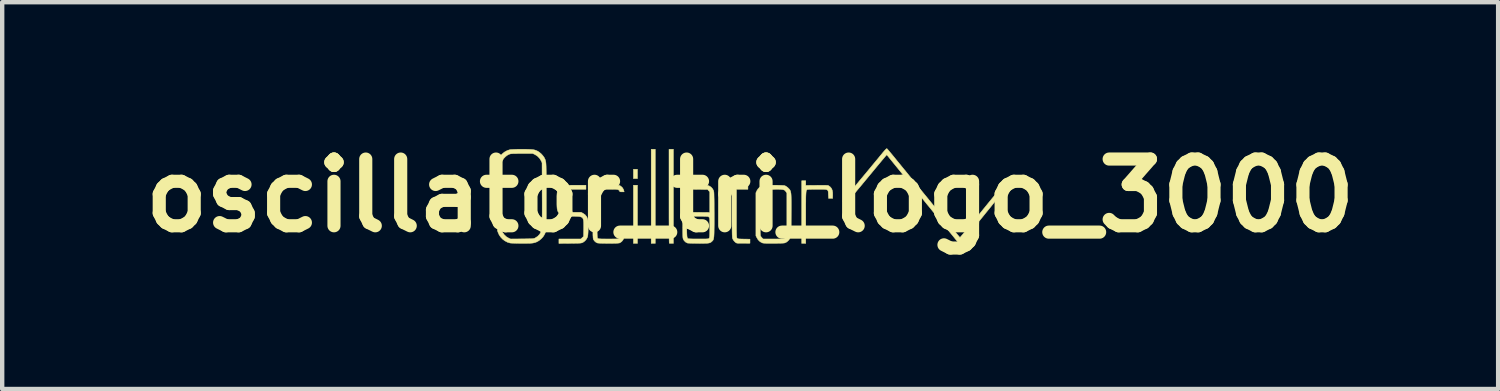
<source format=kicad_pcb>
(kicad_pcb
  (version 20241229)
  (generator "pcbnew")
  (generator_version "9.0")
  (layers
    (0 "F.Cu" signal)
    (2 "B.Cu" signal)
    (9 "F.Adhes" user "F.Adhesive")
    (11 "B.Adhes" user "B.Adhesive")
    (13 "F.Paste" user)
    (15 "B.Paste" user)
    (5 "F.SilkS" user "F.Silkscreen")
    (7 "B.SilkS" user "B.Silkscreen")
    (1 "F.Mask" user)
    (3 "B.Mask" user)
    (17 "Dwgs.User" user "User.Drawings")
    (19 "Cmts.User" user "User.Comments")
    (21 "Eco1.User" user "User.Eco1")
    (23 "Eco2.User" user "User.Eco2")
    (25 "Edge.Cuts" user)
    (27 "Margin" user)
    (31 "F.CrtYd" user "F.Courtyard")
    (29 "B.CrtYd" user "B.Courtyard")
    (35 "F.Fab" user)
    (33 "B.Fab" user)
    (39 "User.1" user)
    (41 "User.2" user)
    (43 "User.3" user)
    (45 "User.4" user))
  (footprint "oscillator_tri_logo_3000"
    (layer "F.Cu")
    (at 14.086 1.418)
    (property "Reference" "oscillator_tri_logo_3000" (at 0 0 0) (layer "F.SilkS") (effects (font (size 1.524 1.524) (thickness 0.3))))
    (attr through_hole)
    (fp_poly (pts (xy -2.574 -0.389) (xy -2.667 -0.389) (xy -2.667 -0.601) (xy -2.574 -0.601) (xy -2.574 -0.389)) (stroke (width 0.01) (type solid)) (fill yes) (layer "F.SilkS"))
    (fp_poly (pts (xy -2.574 1.092) (xy -2.667 1.092) (xy -2.667 -0.237) (xy -2.574 -0.237) (xy -2.574 1.092)) (stroke (width 0.01) (type solid)) (fill yes) (layer "F.SilkS"))
    (fp_poly (pts (xy -2.167 1.092) (xy -2.261 1.092) (xy -2.261 -1.058) (xy -2.167 -1.058) (xy -2.167 1.092)) (stroke (width 0.01) (type solid)) (fill yes) (layer "F.SilkS"))
    (fp_poly (pts (xy -1.753 1.092) (xy -1.798 1.092) (xy -1.824 1.091) (xy -1.843 1.089) (xy -1.849 1.087) (xy -1.849 1.078) (xy -1.85 1.053) (xy -1.851 1.013) (xy -1.851 0.959) (xy -1.852 0.892) (xy -1.852 0.814) (xy -1.853 0.725) (xy -1.853 0.626) (xy -1.854 0.518) (xy -1.854 0.402) (xy -1.854 0.28) (xy -1.854 0.151) (xy -1.854 0.018) (xy -1.854 -1.058) (xy -1.753 -1.058) (xy -1.753 1.092)) (stroke (width 0.01) (type solid)) (fill yes) (layer "F.SilkS"))
    (fp_poly (pts (xy -0.313 -0.237) (xy -0.051 -0.237) (xy -0.051 -0.144) (xy -0.313 -0.144) (xy -0.313 0.405) (xy -0.313 0.516) (xy -0.313 0.611) (xy -0.313 0.691) (xy -0.313 0.758) (xy -0.312 0.813) (xy -0.311 0.857) (xy -0.31 0.892) (xy -0.309 0.919) (xy -0.308 0.939) (xy -0.306 0.953) (xy -0.304 0.962) (xy -0.301 0.969) (xy -0.298 0.973) (xy -0.292 0.979) (xy -0.283 0.984) (xy -0.27 0.987) (xy -0.248 0.99) (xy -0.217 0.991) (xy -0.173 0.992) (xy -0.144 0.993) (xy -0.004 0.995) (xy -0.004 1.088) (xy -0.144 1.089) (xy -0.192 1.089) (xy -0.236 1.089) (xy -0.272 1.088) (xy -0.296 1.087) (xy -0.304 1.086) (xy -0.328 1.075) (xy -0.354 1.052) (xy -0.379 1.023) (xy -0.397 0.992) (xy -0.405 0.972) (xy -0.407 0.956) (xy -0.409 0.929) (xy -0.411 0.89) (xy -0.412 0.838) (xy -0.413 0.772) (xy -0.414 0.692) (xy -0.415 0.596) (xy -0.415 0.485) (xy -0.415 0.394) (xy -0.415 -0.144) (xy -0.669 -0.144) (xy -0.669 -0.237) (xy -0.415 -0.237) (xy -0.415 -0.339) (xy -0.313 -0.339) (xy -0.313 -0.237)) (stroke (width 0.01) (type solid)) (fill yes) (layer "F.SilkS"))
    (fp_poly (pts (xy 1.27 -0.286) (xy 1.27 -0.233) (xy 1.513 -0.235) (xy 1.577 -0.236) (xy 1.635 -0.236) (xy 1.687 -0.236) (xy 1.729 -0.235) (xy 1.759 -0.234) (xy 1.775 -0.233) (xy 1.776 -0.233) (xy 1.793 -0.225) (xy 1.816 -0.209) (xy 1.829 -0.198) (xy 1.857 -0.165) (xy 1.875 -0.124) (xy 1.885 -0.073) (xy 1.886 -0.009) (xy 1.886 -0.007) (xy 1.884 0.064) (xy 1.791 0.064) (xy 1.786 -0.022) (xy 1.785 -0.058) (xy 1.783 -0.085) (xy 1.779 -0.106) (xy 1.77 -0.122) (xy 1.756 -0.132) (xy 1.733 -0.139) (xy 1.701 -0.142) (xy 1.658 -0.144) (xy 1.6 -0.144) (xy 1.536 -0.144) (xy 1.477 -0.144) (xy 1.423 -0.143) (xy 1.377 -0.142) (xy 1.34 -0.141) (xy 1.317 -0.14) (xy 1.308 -0.139) (xy 1.301 -0.136) (xy 1.295 -0.132) (xy 1.29 -0.126) (xy 1.285 -0.117) (xy 1.281 -0.103) (xy 1.278 -0.084) (xy 1.276 -0.059) (xy 1.274 -0.025) (xy 1.272 0.017) (xy 1.271 0.07) (xy 1.271 0.134) (xy 1.27 0.211) (xy 1.27 0.301) (xy 1.27 0.406) (xy 1.27 0.503) (xy 1.27 1.092) (xy 1.177 1.092) (xy 1.177 -0.339) (xy 1.27 -0.339) (xy 1.27 -0.286)) (stroke (width 0.01) (type solid)) (fill yes) (layer "F.SilkS"))
    (fp_poly (pts (xy -3.751 -0.144) (xy -3.977 -0.144) (xy -4.039 -0.144) (xy -4.097 -0.143) (xy -4.148 -0.141) (xy -4.19 -0.14) (xy -4.219 -0.138) (xy -4.234 -0.135) (xy -4.26 -0.124) (xy -4.285 -0.105) (xy -4.289 -0.101) (xy -4.314 -0.075) (xy -4.314 0.312) (xy -4.293 0.335) (xy -4.278 0.349) (xy -4.263 0.36) (xy -4.244 0.369) (xy -4.22 0.374) (xy -4.189 0.378) (xy -4.146 0.38) (xy -4.092 0.381) (xy -4.04 0.381) (xy -3.863 0.381) (xy -3.817 0.405) (xy -3.77 0.438) (xy -3.734 0.482) (xy -3.712 0.532) (xy -3.709 0.542) (xy -3.705 0.572) (xy -3.702 0.615) (xy -3.7 0.666) (xy -3.7 0.721) (xy -3.7 0.778) (xy -3.702 0.832) (xy -3.705 0.879) (xy -3.709 0.917) (xy -3.713 0.939) (xy -3.735 0.987) (xy -3.77 1.031) (xy -3.814 1.065) (xy -3.822 1.07) (xy -3.833 1.075) (xy -3.844 1.079) (xy -3.858 1.082) (xy -3.876 1.085) (xy -3.901 1.087) (xy -3.935 1.088) (xy -3.98 1.089) (xy -4.037 1.09) (xy -4.109 1.091) (xy -4.113 1.091) (xy -4.369 1.093) (xy -4.369 0.991) (xy -3.869 0.991) (xy -3.837 0.962) (xy -3.806 0.933) (xy -3.803 0.744) (xy -3.803 0.669) (xy -3.804 0.61) (xy -3.808 0.564) (xy -3.817 0.53) (xy -3.833 0.505) (xy -3.857 0.49) (xy -3.892 0.48) (xy -3.938 0.476) (xy -3.997 0.474) (xy -4.066 0.474) (xy -4.135 0.474) (xy -4.191 0.472) (xy -4.234 0.469) (xy -4.267 0.463) (xy -4.294 0.455) (xy -4.316 0.444) (xy -4.336 0.428) (xy -4.348 0.417) (xy -4.368 0.396) (xy -4.384 0.376) (xy -4.396 0.354) (xy -4.404 0.328) (xy -4.41 0.296) (xy -4.413 0.254) (xy -4.415 0.201) (xy -4.415 0.134) (xy -4.415 0.123) (xy -4.415 0.06) (xy -4.415 0.011) (xy -4.413 -0.026) (xy -4.411 -0.054) (xy -4.408 -0.075) (xy -4.404 -0.092) (xy -4.4 -0.103) (xy -4.379 -0.14) (xy -4.348 -0.175) (xy -4.312 -0.205) (xy -4.275 -0.225) (xy -4.269 -0.227) (xy -4.248 -0.231) (xy -4.21 -0.233) (xy -4.156 -0.235) (xy -4.086 -0.237) (xy -3.999 -0.237) (xy -3.993 -0.237) (xy -3.751 -0.237) (xy -3.751 -0.144)) (stroke (width 0.01) (type solid)) (fill yes) (layer "F.SilkS"))
    (fp_poly (pts (xy -2.949 -0.21) (xy -2.915 -0.178) (xy -2.891 -0.134) (xy -2.884 -0.108) (xy -2.878 -0.085) (xy -2.929 -0.085) (xy -2.959 -0.086) (xy -2.975 -0.089) (xy -2.98 -0.096) (xy -2.98 -0.097) (xy -2.986 -0.11) (xy -3.001 -0.125) (xy -3.003 -0.126) (xy -3.01 -0.132) (xy -3.019 -0.136) (xy -3.032 -0.139) (xy -3.05 -0.141) (xy -3.075 -0.143) (xy -3.111 -0.143) (xy -3.159 -0.144) (xy -3.221 -0.144) (xy -3.239 -0.144) (xy -3.304 -0.144) (xy -3.355 -0.144) (xy -3.394 -0.143) (xy -3.422 -0.142) (xy -3.442 -0.14) (xy -3.455 -0.137) (xy -3.465 -0.133) (xy -3.473 -0.128) (xy -3.474 -0.126) (xy -3.497 -0.109) (xy -3.497 0.427) (xy -3.497 0.536) (xy -3.497 0.628) (xy -3.496 0.707) (xy -3.496 0.772) (xy -3.496 0.826) (xy -3.495 0.869) (xy -3.494 0.902) (xy -3.493 0.928) (xy -3.491 0.946) (xy -3.489 0.959) (xy -3.487 0.967) (xy -3.485 0.973) (xy -3.481 0.976) (xy -3.481 0.977) (xy -3.475 0.981) (xy -3.465 0.984) (xy -3.45 0.987) (xy -3.427 0.988) (xy -3.394 0.99) (xy -3.35 0.99) (xy -3.293 0.991) (xy -3.237 0.991) (xy -3.168 0.991) (xy -3.115 0.99) (xy -3.074 0.99) (xy -3.044 0.988) (xy -3.024 0.987) (xy -3.01 0.984) (xy -3.001 0.981) (xy -2.995 0.976) (xy -2.994 0.975) (xy -2.983 0.959) (xy -2.98 0.95) (xy -2.972 0.943) (xy -2.948 0.94) (xy -2.929 0.94) (xy -2.878 0.94) (xy -2.884 0.963) (xy -2.903 1.011) (xy -2.934 1.05) (xy -2.973 1.077) (xy -2.988 1.083) (xy -3.005 1.085) (xy -3.037 1.088) (xy -3.079 1.09) (xy -3.13 1.091) (xy -3.186 1.092) (xy -3.245 1.092) (xy -3.304 1.091) (xy -3.36 1.09) (xy -3.409 1.089) (xy -3.45 1.087) (xy -3.479 1.084) (xy -3.493 1.082) (xy -3.526 1.064) (xy -3.558 1.035) (xy -3.58 1.003) (xy -3.583 0.997) (xy -3.585 0.988) (xy -3.587 0.975) (xy -3.589 0.958) (xy -3.59 0.934) (xy -3.592 0.902) (xy -3.592 0.862) (xy -3.593 0.812) (xy -3.594 0.75) (xy -3.594 0.676) (xy -3.594 0.588) (xy -3.594 0.486) (xy -3.594 0.428) (xy -3.594 0.317) (xy -3.594 0.223) (xy -3.594 0.142) (xy -3.594 0.075) (xy -3.593 0.02) (xy -3.592 -0.025) (xy -3.591 -0.061) (xy -3.59 -0.089) (xy -3.589 -0.11) (xy -3.587 -0.126) (xy -3.585 -0.137) (xy -3.582 -0.146) (xy -3.579 -0.153) (xy -3.578 -0.155) (xy -3.56 -0.181) (xy -3.536 -0.204) (xy -3.528 -0.21) (xy -3.494 -0.233) (xy -2.983 -0.233) (xy -2.949 -0.21)) (stroke (width 0.01) (type solid)) (fill yes) (layer "F.SilkS"))
    (fp_poly (pts (xy 0.609 -0.237) (xy 0.665 -0.236) (xy 0.715 -0.234) (xy 0.755 -0.232) (xy 0.783 -0.229) (xy 0.791 -0.227) (xy 0.822 -0.211) (xy 0.858 -0.184) (xy 0.868 -0.174) (xy 0.883 -0.159) (xy 0.895 -0.146) (xy 0.906 -0.132) (xy 0.914 -0.117) (xy 0.922 -0.1) (xy 0.927 -0.077) (xy 0.932 -0.05) (xy 0.935 -0.015) (xy 0.937 0.029) (xy 0.938 0.082) (xy 0.939 0.146) (xy 0.939 0.223) (xy 0.939 0.314) (xy 0.938 0.42) (xy 0.938 0.441) (xy 0.936 0.919) (xy 0.916 0.961) (xy 0.886 1.012) (xy 0.846 1.051) (xy 0.817 1.07) (xy 0.806 1.075) (xy 0.795 1.079) (xy 0.781 1.083) (xy 0.761 1.085) (xy 0.735 1.087) (xy 0.7 1.088) (xy 0.653 1.089) (xy 0.593 1.09) (xy 0.546 1.09) (xy 0.472 1.09) (xy 0.412 1.09) (xy 0.366 1.09) (xy 0.331 1.088) (xy 0.305 1.086) (xy 0.286 1.083) (xy 0.276 1.08) (xy 0.226 1.053) (xy 0.183 1.011) (xy 0.157 0.969) (xy 0.131 0.92) (xy 0.131 0.345) (xy 0.229 0.345) (xy 0.229 0.425) (xy 0.229 0.536) (xy 0.229 0.635) (xy 0.23 0.72) (xy 0.231 0.79) (xy 0.232 0.846) (xy 0.234 0.887) (xy 0.236 0.912) (xy 0.237 0.919) (xy 0.249 0.94) (xy 0.268 0.962) (xy 0.272 0.966) (xy 0.298 0.991) (xy 0.533 0.991) (xy 0.603 0.991) (xy 0.657 0.99) (xy 0.699 0.99) (xy 0.729 0.989) (xy 0.751 0.987) (xy 0.767 0.985) (xy 0.777 0.981) (xy 0.785 0.977) (xy 0.791 0.973) (xy 0.8 0.965) (xy 0.809 0.958) (xy 0.816 0.949) (xy 0.822 0.938) (xy 0.826 0.924) (xy 0.83 0.904) (xy 0.833 0.878) (xy 0.835 0.844) (xy 0.836 0.801) (xy 0.837 0.748) (xy 0.838 0.683) (xy 0.838 0.604) (xy 0.838 0.511) (xy 0.838 0.425) (xy 0.838 -0.057) (xy 0.819 -0.086) (xy 0.807 -0.102) (xy 0.795 -0.116) (xy 0.78 -0.126) (xy 0.761 -0.133) (xy 0.735 -0.138) (xy 0.7 -0.141) (xy 0.655 -0.143) (xy 0.597 -0.143) (xy 0.525 -0.142) (xy 0.523 -0.142) (xy 0.457 -0.141) (xy 0.405 -0.14) (xy 0.366 -0.139) (xy 0.337 -0.138) (xy 0.317 -0.135) (xy 0.302 -0.132) (xy 0.292 -0.129) (xy 0.284 -0.123) (xy 0.282 -0.122) (xy 0.271 -0.114) (xy 0.262 -0.106) (xy 0.254 -0.097) (xy 0.247 -0.086) (xy 0.242 -0.071) (xy 0.238 -0.051) (xy 0.234 -0.025) (xy 0.232 0.009) (xy 0.231 0.053) (xy 0.229 0.107) (xy 0.229 0.172) (xy 0.229 0.251) (xy 0.229 0.345) (xy 0.131 0.345) (xy 0.131 -0.064) (xy 0.151 -0.108) (xy 0.177 -0.15) (xy 0.211 -0.187) (xy 0.25 -0.215) (xy 0.278 -0.227) (xy 0.298 -0.23) (xy 0.332 -0.233) (xy 0.377 -0.235) (xy 0.43 -0.237) (xy 0.489 -0.237) (xy 0.549 -0.237) (xy 0.609 -0.237)) (stroke (width 0.01) (type solid)) (fill yes) (layer "F.SilkS"))
    (fp_poly (pts (xy 3.13 -1.067) (xy 3.147 -1.048) (xy 3.171 -1.02) (xy 3.202 -0.983) (xy 3.238 -0.94) (xy 3.277 -0.893) (xy 3.287 -0.881) (xy 3.327 -0.831) (xy 3.37 -0.778) (xy 3.416 -0.722) (xy 3.465 -0.662) (xy 3.518 -0.597) (xy 3.576 -0.527) (xy 3.639 -0.449) (xy 3.708 -0.365) (xy 3.783 -0.272) (xy 3.866 -0.17) (xy 3.957 -0.059) (xy 4.057 0.063) (xy 4.165 0.196) (xy 4.284 0.341) (xy 4.321 0.387) (xy 4.391 0.473) (xy 4.458 0.554) (xy 4.52 0.631) (xy 4.579 0.701) (xy 4.632 0.765) (xy 4.678 0.822) (xy 4.718 0.87) (xy 4.75 0.908) (xy 4.774 0.936) (xy 4.788 0.952) (xy 4.793 0.957) (xy 4.799 0.95) (xy 4.815 0.932) (xy 4.84 0.903) (xy 4.873 0.864) (xy 4.912 0.817) (xy 4.957 0.763) (xy 5.007 0.702) (xy 5.06 0.637) (xy 5.098 0.591) (xy 5.19 0.478) (xy 5.28 0.368) (xy 5.367 0.261) (xy 5.449 0.16) (xy 5.526 0.066) (xy 5.596 -0.019) (xy 5.657 -0.095) (xy 5.704 -0.151) (xy 5.722 -0.174) (xy 5.754 -0.148) (xy 5.773 -0.131) (xy 5.786 -0.118) (xy 5.788 -0.114) (xy 5.784 -0.106) (xy 5.769 -0.086) (xy 5.745 -0.055) (xy 5.712 -0.014) (xy 5.672 0.036) (xy 5.625 0.095) (xy 5.572 0.161) (xy 5.514 0.234) (xy 5.451 0.312) (xy 5.384 0.394) (xy 5.326 0.466) (xy 5.24 0.572) (xy 5.163 0.666) (xy 5.096 0.749) (xy 5.038 0.82) (xy 4.987 0.882) (xy 4.945 0.934) (xy 4.909 0.977) (xy 4.879 1.013) (xy 4.855 1.042) (xy 4.836 1.064) (xy 4.822 1.081) (xy 4.811 1.093) (xy 4.803 1.101) (xy 4.798 1.106) (xy 4.795 1.108) (xy 4.792 1.109) (xy 4.792 1.109) (xy 4.784 1.103) (xy 4.768 1.088) (xy 4.755 1.073) (xy 4.746 1.063) (xy 4.727 1.04) (xy 4.698 1.005) (xy 4.661 0.959) (xy 4.616 0.904) (xy 4.563 0.839) (xy 4.502 0.765) (xy 4.436 0.684) (xy 4.364 0.595) (xy 4.286 0.5) (xy 4.204 0.4) (xy 4.119 0.294) (xy 4.029 0.185) (xy 3.938 0.072) (xy 3.922 0.053) (xy 3.121 -0.932) (xy 3.102 -0.912) (xy 3.094 -0.903) (xy 3.076 -0.882) (xy 3.049 -0.849) (xy 3.013 -0.807) (xy 2.97 -0.755) (xy 2.921 -0.696) (xy 2.866 -0.63) (xy 2.806 -0.557) (xy 2.742 -0.48) (xy 2.675 -0.399) (xy 2.646 -0.364) (xy 2.578 -0.282) (xy 2.513 -0.203) (xy 2.451 -0.13) (xy 2.395 -0.061) (xy 2.344 0.000293) (xy 2.299 0.054) (xy 2.261 0.1) (xy 2.232 0.135) (xy 2.211 0.161) (xy 2.199 0.174) (xy 2.197 0.176) (xy 2.189 0.18) (xy 2.177 0.175) (xy 2.157 0.16) (xy 2.151 0.155) (xy 2.116 0.123) (xy 2.52 -0.365) (xy 2.588 -0.446) (xy 2.653 -0.524) (xy 2.716 -0.6) (xy 2.774 -0.671) (xy 2.828 -0.736) (xy 2.876 -0.794) (xy 2.918 -0.844) (xy 2.951 -0.885) (xy 2.975 -0.915) (xy 2.989 -0.931) (xy 3.035 -0.987) (xy 3.072 -1.03) (xy 3.099 -1.058) (xy 3.117 -1.072) (xy 3.123 -1.074) (xy 3.13 -1.067)) (stroke (width 0.01) (type solid)) (fill yes) (layer "F.SilkS"))
    (fp_poly (pts (xy -1.23 -0.237) (xy -1.155 -0.237) (xy -1.096 -0.236) (xy -1.049 -0.236) (xy -1.014 -0.235) (xy -0.987 -0.233) (xy -0.967 -0.231) (xy -0.953 -0.227) (xy -0.941 -0.224) (xy -0.936 -0.221) (xy -0.893 -0.194) (xy -0.858 -0.155) (xy -0.835 -0.111) (xy -0.831 -0.094) (xy -0.828 -0.073) (xy -0.826 -0.036) (xy -0.825 0.018) (xy -0.823 0.09) (xy -0.822 0.178) (xy -0.822 0.283) (xy -0.821 0.405) (xy -0.821 0.443) (xy -0.821 0.554) (xy -0.821 0.649) (xy -0.822 0.729) (xy -0.823 0.797) (xy -0.824 0.853) (xy -0.826 0.898) (xy -0.828 0.935) (xy -0.832 0.964) (xy -0.836 0.986) (xy -0.841 1.003) (xy -0.847 1.017) (xy -0.855 1.028) (xy -0.864 1.037) (xy -0.87 1.043) (xy -0.885 1.057) (xy -0.9 1.068) (xy -0.918 1.077) (xy -0.939 1.083) (xy -0.967 1.087) (xy -1.003 1.09) (xy -1.05 1.091) (xy -1.109 1.092) (xy -1.183 1.091) (xy -1.244 1.091) (xy -1.301 1.09) (xy -1.351 1.089) (xy -1.391 1.087) (xy -1.419 1.086) (xy -1.433 1.084) (xy -1.475 1.062) (xy -1.509 1.028) (xy -1.523 1.005) (xy -1.529 0.993) (xy -1.533 0.981) (xy -1.536 0.966) (xy -1.538 0.945) (xy -1.539 0.918) (xy -1.54 0.881) (xy -1.541 0.833) (xy -1.541 0.771) (xy -1.541 0.734) (xy -1.541 0.664) (xy -1.541 0.609) (xy -1.54 0.566) (xy -1.539 0.534) (xy -1.537 0.516) (xy -1.448 0.516) (xy -1.448 0.728) (xy -1.448 0.799) (xy -1.447 0.854) (xy -1.445 0.897) (xy -1.443 0.929) (xy -1.439 0.951) (xy -1.434 0.967) (xy -1.427 0.977) (xy -1.419 0.984) (xy -1.408 0.986) (xy -1.383 0.987) (xy -1.345 0.989) (xy -1.298 0.99) (xy -1.242 0.99) (xy -1.181 0.99) (xy -1.179 0.99) (xy -1.111 0.99) (xy -1.058 0.99) (xy -1.017 0.99) (xy -0.988 0.989) (xy -0.967 0.987) (xy -0.954 0.985) (xy -0.946 0.982) (xy -0.94 0.977) (xy -0.936 0.972) (xy -0.932 0.964) (xy -0.929 0.951) (xy -0.926 0.932) (xy -0.925 0.904) (xy -0.924 0.866) (xy -0.923 0.816) (xy -0.923 0.751) (xy -0.923 0.733) (xy -0.923 0.666) (xy -0.923 0.615) (xy -0.924 0.575) (xy -0.925 0.547) (xy -0.927 0.527) (xy -0.929 0.513) (xy -0.933 0.504) (xy -0.938 0.497) (xy -0.941 0.494) (xy -0.947 0.488) (xy -0.954 0.483) (xy -0.963 0.48) (xy -0.977 0.477) (xy -0.999 0.476) (xy -1.029 0.475) (xy -1.07 0.474) (xy -1.124 0.474) (xy -1.183 0.474) (xy -1.406 0.474) (xy -1.448 0.516) (xy -1.537 0.516) (xy -1.537 0.511) (xy -1.534 0.494) (xy -1.531 0.481) (xy -1.526 0.47) (xy -1.524 0.466) (xy -1.499 0.43) (xy -1.467 0.402) (xy -1.433 0.386) (xy -1.429 0.385) (xy -1.413 0.384) (xy -1.383 0.383) (xy -1.341 0.382) (xy -1.29 0.382) (xy -1.231 0.382) (xy -1.168 0.383) (xy -1.162 0.383) (xy -0.923 0.385) (xy -0.923 0.15) (xy -0.923 -0.084) (xy -0.948 -0.112) (xy -0.972 -0.14) (xy -1.231 -0.142) (xy -1.49 -0.145) (xy -1.49 -0.237) (xy -1.23 -0.237)) (stroke (width 0.01) (type solid)) (fill yes) (layer "F.SilkS"))
    (fp_poly (pts (xy -5.136 -1.058) (xy -5.074 -1.057) (xy -5.024 -1.055) (xy -4.983 -1.052) (xy -4.95 -1.048) (xy -4.922 -1.042) (xy -4.897 -1.034) (xy -4.872 -1.023) (xy -4.854 -1.015) (xy -4.817 -0.991) (xy -4.776 -0.957) (xy -4.739 -0.917) (xy -4.71 -0.878) (xy -4.7 -0.861) (xy -4.693 -0.846) (xy -4.686 -0.832) (xy -4.681 -0.818) (xy -4.676 -0.803) (xy -4.672 -0.785) (xy -4.668 -0.765) (xy -4.665 -0.739) (xy -4.663 -0.708) (xy -4.661 -0.67) (xy -4.66 -0.625) (xy -4.659 -0.57) (xy -4.658 -0.505) (xy -4.657 -0.429) (xy -4.657 -0.34) (xy -4.657 -0.238) (xy -4.657 -0.121) (xy -4.657 0.011) (xy -4.657 0.018) (xy -4.657 0.151) (xy -4.657 0.268) (xy -4.657 0.37) (xy -4.657 0.459) (xy -4.658 0.536) (xy -4.658 0.601) (xy -4.659 0.656) (xy -4.661 0.702) (xy -4.663 0.74) (xy -4.665 0.771) (xy -4.668 0.797) (xy -4.672 0.818) (xy -4.676 0.835) (xy -4.681 0.851) (xy -4.687 0.865) (xy -4.694 0.879) (xy -4.701 0.894) (xy -4.704 0.899) (xy -4.731 0.941) (xy -4.769 0.983) (xy -4.813 1.02) (xy -4.848 1.043) (xy -4.875 1.057) (xy -4.901 1.068) (xy -4.928 1.076) (xy -4.959 1.083) (xy -4.997 1.087) (xy -5.042 1.09) (xy -5.098 1.091) (xy -5.168 1.091) (xy -5.219 1.091) (xy -5.282 1.091) (xy -5.341 1.09) (xy -5.393 1.088) (xy -5.437 1.087) (xy -5.468 1.085) (xy -5.485 1.083) (xy -5.547 1.064) (xy -5.608 1.031) (xy -5.657 0.993) (xy -5.701 0.946) (xy -5.734 0.897) (xy -5.76 0.839) (xy -5.763 0.831) (xy -5.766 0.822) (xy -5.769 0.812) (xy -5.771 0.799) (xy -5.773 0.783) (xy -5.774 0.763) (xy -5.775 0.736) (xy -5.776 0.703) (xy -5.777 0.662) (xy -5.778 0.612) (xy -5.779 0.551) (xy -5.779 0.479) (xy -5.78 0.395) (xy -5.78 0.297) (xy -5.78 0.185) (xy -5.781 0.056) (xy -5.781 0.051) (xy -5.781 -0.097) (xy -5.782 -0.229) (xy -5.781 -0.345) (xy -5.781 -0.445) (xy -5.781 -0.53) (xy -5.78 -0.6) (xy -5.779 -0.657) (xy -5.777 -0.7) (xy -5.776 -0.729) (xy -5.774 -0.745) (xy -5.768 -0.766) (xy -5.677 -0.766) (xy -5.677 0.8) (xy -5.657 0.836) (xy -5.618 0.894) (xy -5.568 0.941) (xy -5.524 0.967) (xy -5.474 0.991) (xy -5.211 0.989) (xy -5.137 0.988) (xy -5.079 0.987) (xy -5.033 0.986) (xy -4.997 0.985) (xy -4.971 0.983) (xy -4.951 0.981) (xy -4.937 0.978) (xy -4.925 0.974) (xy -4.913 0.969) (xy -4.91 0.967) (xy -4.853 0.93) (xy -4.808 0.882) (xy -4.776 0.823) (xy -4.758 0.758) (xy -4.756 0.737) (xy -4.755 0.701) (xy -4.754 0.649) (xy -4.752 0.581) (xy -4.752 0.498) (xy -4.751 0.398) (xy -4.751 0.282) (xy -4.751 0.15) (xy -4.752 0.000266) (xy -4.752 -0.025) (xy -4.754 -0.749) (xy -4.776 -0.797) (xy -4.813 -0.855) (xy -4.861 -0.903) (xy -4.918 -0.939) (xy -4.966 -0.961) (xy -5.211 -0.961) (xy -5.284 -0.961) (xy -5.342 -0.96) (xy -5.388 -0.96) (xy -5.422 -0.958) (xy -5.449 -0.956) (xy -5.47 -0.954) (xy -5.486 -0.95) (xy -5.501 -0.946) (xy -5.546 -0.923) (xy -5.59 -0.889) (xy -5.629 -0.848) (xy -5.654 -0.809) (xy -5.677 -0.766) (xy -5.768 -0.766) (xy -5.753 -0.819) (xy -5.719 -0.886) (xy -5.672 -0.945) (xy -5.615 -0.993) (xy -5.55 -1.029) (xy -5.488 -1.049) (xy -5.465 -1.052) (xy -5.427 -1.054) (xy -5.376 -1.056) (xy -5.314 -1.058) (xy -5.244 -1.058) (xy -5.213 -1.058) (xy -5.136 -1.058)) (stroke (width 0.01) (type solid)) (fill yes) (layer "F.SilkS")))
  (gr_rect
    (start -3 -3)
    (end 31.172 5.836)
    (stroke (width 0.1) (type default))
    (fill no)
    (layer "Edge.Cuts")))
</source>
